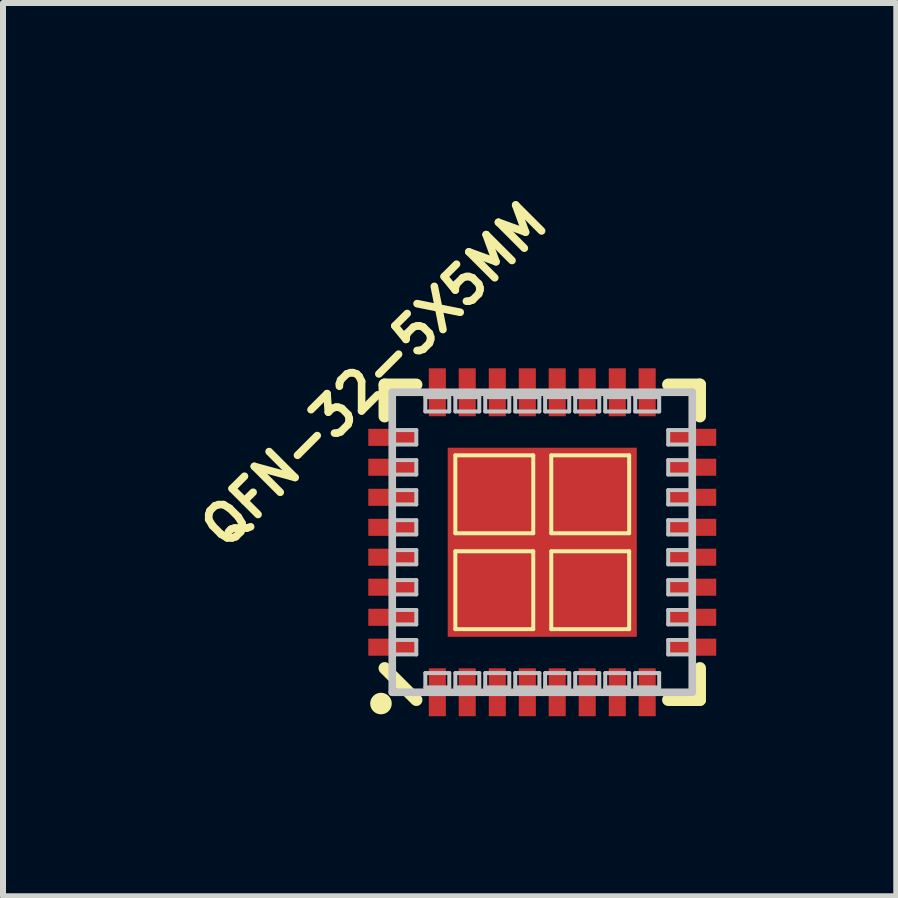
<source format=kicad_pcb>
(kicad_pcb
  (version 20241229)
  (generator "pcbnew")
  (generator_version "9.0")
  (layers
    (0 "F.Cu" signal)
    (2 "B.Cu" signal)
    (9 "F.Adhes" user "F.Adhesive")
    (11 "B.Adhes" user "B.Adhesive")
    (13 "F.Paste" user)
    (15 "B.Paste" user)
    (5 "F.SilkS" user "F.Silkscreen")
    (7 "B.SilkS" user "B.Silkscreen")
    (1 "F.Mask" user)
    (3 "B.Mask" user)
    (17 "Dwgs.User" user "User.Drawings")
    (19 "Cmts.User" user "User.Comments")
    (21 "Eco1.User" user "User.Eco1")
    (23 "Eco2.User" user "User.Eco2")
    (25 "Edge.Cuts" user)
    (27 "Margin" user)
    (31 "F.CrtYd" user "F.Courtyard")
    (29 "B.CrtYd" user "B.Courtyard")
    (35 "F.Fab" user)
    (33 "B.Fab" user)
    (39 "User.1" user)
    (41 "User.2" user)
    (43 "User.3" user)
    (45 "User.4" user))
  (footprint "QFN-32-5X5MM"
    (layer "F.Cu")
    (at 5.984 5.984)
    (property "Reference" "QFN-32-5X5MM" (at -2.794 -2.794 45) (layer "F.SilkS") (effects (font (size 0.61 0.61) (thickness 0.127))))
    (attr smd)
    (fp_line (start -2.626 -2.626) (end -2.098 -2.626) (stroke (width 0.203) (type solid)) (layer "F.SilkS"))
    (fp_line (start -2.626 -2.098) (end -2.626 -2.626) (stroke (width 0.203) (type solid)) (layer "F.SilkS"))
    (fp_line (start -2.626 2.098) (end -2.098 2.626) (stroke (width 0.203) (type solid)) (layer "F.SilkS"))
    (fp_line (start -1.448 -1.448) (end -0.15 -1.448) (stroke (width 0.066) (type solid)) (layer "F.SilkS"))
    (fp_line (start -1.448 -0.15) (end -1.448 -1.448) (stroke (width 0.066) (type solid)) (layer "F.SilkS"))
    (fp_line (start -1.448 -0.15) (end -0.15 -0.15) (stroke (width 0.066) (type solid)) (layer "F.SilkS"))
    (fp_line (start -1.448 0.15) (end -0.15 0.15) (stroke (width 0.066) (type solid)) (layer "F.SilkS"))
    (fp_line (start -1.448 1.448) (end -1.448 0.15) (stroke (width 0.066) (type solid)) (layer "F.SilkS"))
    (fp_line (start -1.448 1.448) (end -0.15 1.448) (stroke (width 0.066) (type solid)) (layer "F.SilkS"))
    (fp_line (start -0.15 -0.15) (end -0.15 -1.448) (stroke (width 0.066) (type solid)) (layer "F.SilkS"))
    (fp_line (start -0.15 1.448) (end -0.15 0.15) (stroke (width 0.066) (type solid)) (layer "F.SilkS"))
    (fp_line (start 0.15 -1.448) (end 1.448 -1.448) (stroke (width 0.066) (type solid)) (layer "F.SilkS"))
    (fp_line (start 0.15 -0.15) (end 0.15 -1.448) (stroke (width 0.066) (type solid)) (layer "F.SilkS"))
    (fp_line (start 0.15 -0.15) (end 1.448 -0.15) (stroke (width 0.066) (type solid)) (layer "F.SilkS"))
    (fp_line (start 0.15 0.15) (end 1.448 0.15) (stroke (width 0.066) (type solid)) (layer "F.SilkS"))
    (fp_line (start 0.15 1.448) (end 0.15 0.15) (stroke (width 0.066) (type solid)) (layer "F.SilkS"))
    (fp_line (start 0.15 1.448) (end 1.448 1.448) (stroke (width 0.066) (type solid)) (layer "F.SilkS"))
    (fp_line (start 1.448 -0.15) (end 1.448 -1.448) (stroke (width 0.066) (type solid)) (layer "F.SilkS"))
    (fp_line (start 1.448 1.448) (end 1.448 0.15) (stroke (width 0.066) (type solid)) (layer "F.SilkS"))
    (fp_line (start 2.098 -2.626) (end 2.626 -2.626) (stroke (width 0.203) (type solid)) (layer "F.SilkS"))
    (fp_line (start 2.626 -2.626) (end 2.626 -2.098) (stroke (width 0.203) (type solid)) (layer "F.SilkS"))
    (fp_line (start 2.626 2.098) (end 2.626 2.626) (stroke (width 0.203) (type solid)) (layer "F.SilkS"))
    (fp_line (start 2.626 2.626) (end 2.098 2.626) (stroke (width 0.203) (type solid)) (layer "F.SilkS"))
    (fp_circle (center -2.687 2.687) (end -2.814 2.814) (stroke (width 0) (type solid)) (fill yes) (layer "F.SilkS"))
    (fp_line (start -2.499 -2.499) (end -2.499 2.499) (stroke (width 0.127) (type solid)) (layer "Dwgs.User"))
    (fp_line (start -2.499 -1.869) (end -2.098 -1.869) (stroke (width 0.066) (type solid)) (layer "Dwgs.User"))
    (fp_line (start -2.499 -1.628) (end -2.499 -1.869) (stroke (width 0.066) (type solid)) (layer "Dwgs.User"))
    (fp_line (start -2.499 -1.628) (end -2.098 -1.628) (stroke (width 0.066) (type solid)) (layer "Dwgs.User"))
    (fp_line (start -2.499 -1.369) (end -2.098 -1.369) (stroke (width 0.066) (type solid)) (layer "Dwgs.User"))
    (fp_line (start -2.499 -1.128) (end -2.499 -1.369) (stroke (width 0.066) (type solid)) (layer "Dwgs.User"))
    (fp_line (start -2.499 -1.128) (end -2.098 -1.128) (stroke (width 0.066) (type solid)) (layer "Dwgs.User"))
    (fp_line (start -2.499 -0.869) (end -2.098 -0.869) (stroke (width 0.066) (type solid)) (layer "Dwgs.User"))
    (fp_line (start -2.499 -0.63) (end -2.499 -0.869) (stroke (width 0.066) (type solid)) (layer "Dwgs.User"))
    (fp_line (start -2.499 -0.63) (end -2.098 -0.63) (stroke (width 0.066) (type solid)) (layer "Dwgs.User"))
    (fp_line (start -2.499 -0.368) (end -2.098 -0.368) (stroke (width 0.066) (type solid)) (layer "Dwgs.User"))
    (fp_line (start -2.499 -0.13) (end -2.499 -0.368) (stroke (width 0.066) (type solid)) (layer "Dwgs.User"))
    (fp_line (start -2.499 -0.13) (end -2.098 -0.13) (stroke (width 0.066) (type solid)) (layer "Dwgs.User"))
    (fp_line (start -2.499 0.13) (end -2.098 0.13) (stroke (width 0.066) (type solid)) (layer "Dwgs.User"))
    (fp_line (start -2.499 0.368) (end -2.499 0.13) (stroke (width 0.066) (type solid)) (layer "Dwgs.User"))
    (fp_line (start -2.499 0.368) (end -2.098 0.368) (stroke (width 0.066) (type solid)) (layer "Dwgs.User"))
    (fp_line (start -2.499 0.63) (end -2.098 0.63) (stroke (width 0.066) (type solid)) (layer "Dwgs.User"))
    (fp_line (start -2.499 0.869) (end -2.499 0.63) (stroke (width 0.066) (type solid)) (layer "Dwgs.User"))
    (fp_line (start -2.499 0.869) (end -2.098 0.869) (stroke (width 0.066) (type solid)) (layer "Dwgs.User"))
    (fp_line (start -2.499 1.128) (end -2.098 1.128) (stroke (width 0.066) (type solid)) (layer "Dwgs.User"))
    (fp_line (start -2.499 1.369) (end -2.499 1.128) (stroke (width 0.066) (type solid)) (layer "Dwgs.User"))
    (fp_line (start -2.499 1.369) (end -2.098 1.369) (stroke (width 0.066) (type solid)) (layer "Dwgs.User"))
    (fp_line (start -2.499 1.628) (end -2.098 1.628) (stroke (width 0.066) (type solid)) (layer "Dwgs.User"))
    (fp_line (start -2.499 1.869) (end -2.499 1.628) (stroke (width 0.066) (type solid)) (layer "Dwgs.User"))
    (fp_line (start -2.499 1.869) (end -2.098 1.869) (stroke (width 0.066) (type solid)) (layer "Dwgs.User"))
    (fp_line (start -2.499 2.499) (end 2.499 2.499) (stroke (width 0.127) (type solid)) (layer "Dwgs.User"))
    (fp_line (start -2.098 -1.628) (end -2.098 -1.869) (stroke (width 0.066) (type solid)) (layer "Dwgs.User"))
    (fp_line (start -2.098 -1.128) (end -2.098 -1.369) (stroke (width 0.066) (type solid)) (layer "Dwgs.User"))
    (fp_line (start -2.098 -0.63) (end -2.098 -0.869) (stroke (width 0.066) (type solid)) (layer "Dwgs.User"))
    (fp_line (start -2.098 -0.13) (end -2.098 -0.368) (stroke (width 0.066) (type solid)) (layer "Dwgs.User"))
    (fp_line (start -2.098 0.368) (end -2.098 0.13) (stroke (width 0.066) (type solid)) (layer "Dwgs.User"))
    (fp_line (start -2.098 0.869) (end -2.098 0.63) (stroke (width 0.066) (type solid)) (layer "Dwgs.User"))
    (fp_line (start -2.098 1.369) (end -2.098 1.128) (stroke (width 0.066) (type solid)) (layer "Dwgs.User"))
    (fp_line (start -2.098 1.869) (end -2.098 1.628) (stroke (width 0.066) (type solid)) (layer "Dwgs.User"))
    (fp_line (start -1.948 -2.418) (end -1.549 -2.418) (stroke (width 0.066) (type solid)) (layer "Dwgs.User"))
    (fp_line (start -1.948 -2.179) (end -1.948 -2.418) (stroke (width 0.066) (type solid)) (layer "Dwgs.User"))
    (fp_line (start -1.948 -2.179) (end -1.549 -2.179) (stroke (width 0.066) (type solid)) (layer "Dwgs.User"))
    (fp_line (start -1.948 2.179) (end -1.549 2.179) (stroke (width 0.066) (type solid)) (layer "Dwgs.User"))
    (fp_line (start -1.948 2.418) (end -1.948 2.179) (stroke (width 0.066) (type solid)) (layer "Dwgs.User"))
    (fp_line (start -1.948 2.418) (end -1.549 2.418) (stroke (width 0.066) (type solid)) (layer "Dwgs.User"))
    (fp_line (start -1.549 -2.179) (end -1.549 -2.418) (stroke (width 0.066) (type solid)) (layer "Dwgs.User"))
    (fp_line (start -1.549 2.418) (end -1.549 2.179) (stroke (width 0.066) (type solid)) (layer "Dwgs.User"))
    (fp_line (start -1.448 -2.418) (end -1.049 -2.418) (stroke (width 0.066) (type solid)) (layer "Dwgs.User"))
    (fp_line (start -1.448 -2.179) (end -1.448 -2.418) (stroke (width 0.066) (type solid)) (layer "Dwgs.User"))
    (fp_line (start -1.448 -2.179) (end -1.049 -2.179) (stroke (width 0.066) (type solid)) (layer "Dwgs.User"))
    (fp_line (start -1.448 2.179) (end -1.049 2.179) (stroke (width 0.066) (type solid)) (layer "Dwgs.User"))
    (fp_line (start -1.448 2.418) (end -1.448 2.179) (stroke (width 0.066) (type solid)) (layer "Dwgs.User"))
    (fp_line (start -1.448 2.418) (end -1.049 2.418) (stroke (width 0.066) (type solid)) (layer "Dwgs.User"))
    (fp_line (start -1.049 -2.179) (end -1.049 -2.418) (stroke (width 0.066) (type solid)) (layer "Dwgs.User"))
    (fp_line (start -1.049 2.418) (end -1.049 2.179) (stroke (width 0.066) (type solid)) (layer "Dwgs.User"))
    (fp_line (start -0.95 -2.418) (end -0.549 -2.418) (stroke (width 0.066) (type solid)) (layer "Dwgs.User"))
    (fp_line (start -0.95 -2.179) (end -0.95 -2.418) (stroke (width 0.066) (type solid)) (layer "Dwgs.User"))
    (fp_line (start -0.95 -2.179) (end -0.549 -2.179) (stroke (width 0.066) (type solid)) (layer "Dwgs.User"))
    (fp_line (start -0.95 2.179) (end -0.549 2.179) (stroke (width 0.066) (type solid)) (layer "Dwgs.User"))
    (fp_line (start -0.95 2.418) (end -0.95 2.179) (stroke (width 0.066) (type solid)) (layer "Dwgs.User"))
    (fp_line (start -0.95 2.418) (end -0.549 2.418) (stroke (width 0.066) (type solid)) (layer "Dwgs.User"))
    (fp_line (start -0.549 -2.179) (end -0.549 -2.418) (stroke (width 0.066) (type solid)) (layer "Dwgs.User"))
    (fp_line (start -0.549 2.418) (end -0.549 2.179) (stroke (width 0.066) (type solid)) (layer "Dwgs.User"))
    (fp_line (start -0.45 -2.418) (end -0.048 -2.418) (stroke (width 0.066) (type solid)) (layer "Dwgs.User"))
    (fp_line (start -0.45 -2.179) (end -0.45 -2.418) (stroke (width 0.066) (type solid)) (layer "Dwgs.User"))
    (fp_line (start -0.45 -2.179) (end -0.048 -2.179) (stroke (width 0.066) (type solid)) (layer "Dwgs.User"))
    (fp_line (start -0.45 2.179) (end -0.048 2.179) (stroke (width 0.066) (type solid)) (layer "Dwgs.User"))
    (fp_line (start -0.45 2.418) (end -0.45 2.179) (stroke (width 0.066) (type solid)) (layer "Dwgs.User"))
    (fp_line (start -0.45 2.418) (end -0.048 2.418) (stroke (width 0.066) (type solid)) (layer "Dwgs.User"))
    (fp_line (start -0.048 -2.179) (end -0.048 -2.418) (stroke (width 0.066) (type solid)) (layer "Dwgs.User"))
    (fp_line (start -0.048 2.418) (end -0.048 2.179) (stroke (width 0.066) (type solid)) (layer "Dwgs.User"))
    (fp_line (start 0.048 -2.418) (end 0.45 -2.418) (stroke (width 0.066) (type solid)) (layer "Dwgs.User"))
    (fp_line (start 0.048 -2.179) (end 0.048 -2.418) (stroke (width 0.066) (type solid)) (layer "Dwgs.User"))
    (fp_line (start 0.048 -2.179) (end 0.45 -2.179) (stroke (width 0.066) (type solid)) (layer "Dwgs.User"))
    (fp_line (start 0.048 2.179) (end 0.45 2.179) (stroke (width 0.066) (type solid)) (layer "Dwgs.User"))
    (fp_line (start 0.048 2.418) (end 0.048 2.179) (stroke (width 0.066) (type solid)) (layer "Dwgs.User"))
    (fp_line (start 0.048 2.418) (end 0.45 2.418) (stroke (width 0.066) (type solid)) (layer "Dwgs.User"))
    (fp_line (start 0.45 -2.179) (end 0.45 -2.418) (stroke (width 0.066) (type solid)) (layer "Dwgs.User"))
    (fp_line (start 0.45 2.418) (end 0.45 2.179) (stroke (width 0.066) (type solid)) (layer "Dwgs.User"))
    (fp_line (start 0.549 -2.418) (end 0.95 -2.418) (stroke (width 0.066) (type solid)) (layer "Dwgs.User"))
    (fp_line (start 0.549 -2.179) (end 0.549 -2.418) (stroke (width 0.066) (type solid)) (layer "Dwgs.User"))
    (fp_line (start 0.549 -2.179) (end 0.95 -2.179) (stroke (width 0.066) (type solid)) (layer "Dwgs.User"))
    (fp_line (start 0.549 2.179) (end 0.95 2.179) (stroke (width 0.066) (type solid)) (layer "Dwgs.User"))
    (fp_line (start 0.549 2.418) (end 0.549 2.179) (stroke (width 0.066) (type solid)) (layer "Dwgs.User"))
    (fp_line (start 0.549 2.418) (end 0.95 2.418) (stroke (width 0.066) (type solid)) (layer "Dwgs.User"))
    (fp_line (start 0.95 -2.179) (end 0.95 -2.418) (stroke (width 0.066) (type solid)) (layer "Dwgs.User"))
    (fp_line (start 0.95 2.418) (end 0.95 2.179) (stroke (width 0.066) (type solid)) (layer "Dwgs.User"))
    (fp_line (start 1.049 -2.418) (end 1.448 -2.418) (stroke (width 0.066) (type solid)) (layer "Dwgs.User"))
    (fp_line (start 1.049 -2.179) (end 1.049 -2.418) (stroke (width 0.066) (type solid)) (layer "Dwgs.User"))
    (fp_line (start 1.049 -2.179) (end 1.448 -2.179) (stroke (width 0.066) (type solid)) (layer "Dwgs.User"))
    (fp_line (start 1.049 2.179) (end 1.448 2.179) (stroke (width 0.066) (type solid)) (layer "Dwgs.User"))
    (fp_line (start 1.049 2.418) (end 1.049 2.179) (stroke (width 0.066) (type solid)) (layer "Dwgs.User"))
    (fp_line (start 1.049 2.418) (end 1.448 2.418) (stroke (width 0.066) (type solid)) (layer "Dwgs.User"))
    (fp_line (start 1.448 -2.179) (end 1.448 -2.418) (stroke (width 0.066) (type solid)) (layer "Dwgs.User"))
    (fp_line (start 1.448 2.418) (end 1.448 2.179) (stroke (width 0.066) (type solid)) (layer "Dwgs.User"))
    (fp_line (start 1.549 -2.418) (end 1.948 -2.418) (stroke (width 0.066) (type solid)) (layer "Dwgs.User"))
    (fp_line (start 1.549 -2.179) (end 1.549 -2.418) (stroke (width 0.066) (type solid)) (layer "Dwgs.User"))
    (fp_line (start 1.549 -2.179) (end 1.948 -2.179) (stroke (width 0.066) (type solid)) (layer "Dwgs.User"))
    (fp_line (start 1.549 2.179) (end 1.948 2.179) (stroke (width 0.066) (type solid)) (layer "Dwgs.User"))
    (fp_line (start 1.549 2.418) (end 1.549 2.179) (stroke (width 0.066) (type solid)) (layer "Dwgs.User"))
    (fp_line (start 1.549 2.418) (end 1.948 2.418) (stroke (width 0.066) (type solid)) (layer "Dwgs.User"))
    (fp_line (start 1.948 -2.179) (end 1.948 -2.418) (stroke (width 0.066) (type solid)) (layer "Dwgs.User"))
    (fp_line (start 1.948 2.418) (end 1.948 2.179) (stroke (width 0.066) (type solid)) (layer "Dwgs.User"))
    (fp_line (start 2.098 -1.869) (end 2.499 -1.869) (stroke (width 0.066) (type solid)) (layer "Dwgs.User"))
    (fp_line (start 2.098 -1.628) (end 2.098 -1.869) (stroke (width 0.066) (type solid)) (layer "Dwgs.User"))
    (fp_line (start 2.098 -1.628) (end 2.499 -1.628) (stroke (width 0.066) (type solid)) (layer "Dwgs.User"))
    (fp_line (start 2.098 -1.369) (end 2.499 -1.369) (stroke (width 0.066) (type solid)) (layer "Dwgs.User"))
    (fp_line (start 2.098 -1.128) (end 2.098 -1.369) (stroke (width 0.066) (type solid)) (layer "Dwgs.User"))
    (fp_line (start 2.098 -1.128) (end 2.499 -1.128) (stroke (width 0.066) (type solid)) (layer "Dwgs.User"))
    (fp_line (start 2.098 -0.869) (end 2.499 -0.869) (stroke (width 0.066) (type solid)) (layer "Dwgs.User"))
    (fp_line (start 2.098 -0.63) (end 2.098 -0.869) (stroke (width 0.066) (type solid)) (layer "Dwgs.User"))
    (fp_line (start 2.098 -0.63) (end 2.499 -0.63) (stroke (width 0.066) (type solid)) (layer "Dwgs.User"))
    (fp_line (start 2.098 -0.368) (end 2.499 -0.368) (stroke (width 0.066) (type solid)) (layer "Dwgs.User"))
    (fp_line (start 2.098 -0.13) (end 2.098 -0.368) (stroke (width 0.066) (type solid)) (layer "Dwgs.User"))
    (fp_line (start 2.098 -0.13) (end 2.499 -0.13) (stroke (width 0.066) (type solid)) (layer "Dwgs.User"))
    (fp_line (start 2.098 0.13) (end 2.499 0.13) (stroke (width 0.066) (type solid)) (layer "Dwgs.User"))
    (fp_line (start 2.098 0.368) (end 2.098 0.13) (stroke (width 0.066) (type solid)) (layer "Dwgs.User"))
    (fp_line (start 2.098 0.368) (end 2.499 0.368) (stroke (width 0.066) (type solid)) (layer "Dwgs.User"))
    (fp_line (start 2.098 0.63) (end 2.499 0.63) (stroke (width 0.066) (type solid)) (layer "Dwgs.User"))
    (fp_line (start 2.098 0.869) (end 2.098 0.63) (stroke (width 0.066) (type solid)) (layer "Dwgs.User"))
    (fp_line (start 2.098 0.869) (end 2.499 0.869) (stroke (width 0.066) (type solid)) (layer "Dwgs.User"))
    (fp_line (start 2.098 1.128) (end 2.499 1.128) (stroke (width 0.066) (type solid)) (layer "Dwgs.User"))
    (fp_line (start 2.098 1.369) (end 2.098 1.128) (stroke (width 0.066) (type solid)) (layer "Dwgs.User"))
    (fp_line (start 2.098 1.369) (end 2.499 1.369) (stroke (width 0.066) (type solid)) (layer "Dwgs.User"))
    (fp_line (start 2.098 1.628) (end 2.499 1.628) (stroke (width 0.066) (type solid)) (layer "Dwgs.User"))
    (fp_line (start 2.098 1.869) (end 2.098 1.628) (stroke (width 0.066) (type solid)) (layer "Dwgs.User"))
    (fp_line (start 2.098 1.869) (end 2.499 1.869) (stroke (width 0.066) (type solid)) (layer "Dwgs.User"))
    (fp_line (start 2.499 -2.499) (end -2.499 -2.499) (stroke (width 0.127) (type solid)) (layer "Dwgs.User"))
    (fp_line (start 2.499 -1.628) (end 2.499 -1.869) (stroke (width 0.066) (type solid)) (layer "Dwgs.User"))
    (fp_line (start 2.499 -1.128) (end 2.499 -1.369) (stroke (width 0.066) (type solid)) (layer "Dwgs.User"))
    (fp_line (start 2.499 -0.63) (end 2.499 -0.869) (stroke (width 0.066) (type solid)) (layer "Dwgs.User"))
    (fp_line (start 2.499 -0.13) (end 2.499 -0.368) (stroke (width 0.066) (type solid)) (layer "Dwgs.User"))
    (fp_line (start 2.499 0.368) (end 2.499 0.13) (stroke (width 0.066) (type solid)) (layer "Dwgs.User"))
    (fp_line (start 2.499 0.869) (end 2.499 0.63) (stroke (width 0.066) (type solid)) (layer "Dwgs.User"))
    (fp_line (start 2.499 1.369) (end 2.499 1.128) (stroke (width 0.066) (type solid)) (layer "Dwgs.User"))
    (fp_line (start 2.499 1.869) (end 2.499 1.628) (stroke (width 0.066) (type solid)) (layer "Dwgs.User"))
    (fp_line (start 2.499 2.499) (end 2.499 -2.499) (stroke (width 0.127) (type solid)) (layer "Dwgs.User"))
    (pad "1" smd rect (at -1.748 2.499 90) (size 0.798 0.284) (layers "F.Cu" "F.Mask" "F.Paste"))
    (pad "2" smd rect (at -1.25 2.499 90) (size 0.798 0.284) (layers "F.Cu" "F.Mask" "F.Paste"))
    (pad "3" smd rect (at -0.749 2.499 90) (size 0.798 0.284) (layers "F.Cu" "F.Mask" "F.Paste"))
    (pad "4" smd rect (at -0.249 2.499 90) (size 0.798 0.284) (layers "F.Cu" "F.Mask" "F.Paste"))
    (pad "5" smd rect (at 0.249 2.499 90) (size 0.798 0.284) (layers "F.Cu" "F.Mask" "F.Paste"))
    (pad "6" smd rect (at 0.749 2.499 90) (size 0.798 0.284) (layers "F.Cu" "F.Mask" "F.Paste"))
    (pad "7" smd rect (at 1.25 2.499 90) (size 0.798 0.284) (layers "F.Cu" "F.Mask" "F.Paste"))
    (pad "8" smd rect (at 1.748 2.499 90) (size 0.798 0.284) (layers "F.Cu" "F.Mask" "F.Paste"))
    (pad "9" smd rect (at 2.499 1.748 180) (size 0.798 0.284) (layers "F.Cu" "F.Mask" "F.Paste"))
    (pad "10" smd rect (at 2.499 1.25 180) (size 0.798 0.284) (layers "F.Cu" "F.Mask" "F.Paste"))
    (pad "11" smd rect (at 2.499 0.749 180) (size 0.798 0.284) (layers "F.Cu" "F.Mask" "F.Paste"))
    (pad "12" smd rect (at 2.499 0.249 180) (size 0.798 0.284) (layers "F.Cu" "F.Mask" "F.Paste"))
    (pad "13" smd rect (at 2.499 -0.249 180) (size 0.798 0.284) (layers "F.Cu" "F.Mask" "F.Paste"))
    (pad "14" smd rect (at 2.499 -0.749 180) (size 0.798 0.284) (layers "F.Cu" "F.Mask" "F.Paste"))
    (pad "15" smd rect (at 2.499 -1.25 180) (size 0.798 0.284) (layers "F.Cu" "F.Mask" "F.Paste"))
    (pad "16" smd rect (at 2.499 -1.748 180) (size 0.798 0.284) (layers "F.Cu" "F.Mask" "F.Paste"))
    (pad "17" smd rect (at 1.748 -2.499 270) (size 0.798 0.284) (layers "F.Cu" "F.Mask" "F.Paste"))
    (pad "18" smd rect (at 1.25 -2.499 270) (size 0.798 0.284) (layers "F.Cu" "F.Mask" "F.Paste"))
    (pad "19" smd rect (at 0.749 -2.499 270) (size 0.798 0.284) (layers "F.Cu" "F.Mask" "F.Paste"))
    (pad "20" smd rect (at 0.249 -2.499 270) (size 0.798 0.284) (layers "F.Cu" "F.Mask" "F.Paste"))
    (pad "21" smd rect (at -0.249 -2.499 270) (size 0.798 0.284) (layers "F.Cu" "F.Mask" "F.Paste"))
    (pad "22" smd rect (at -0.749 -2.499 270) (size 0.798 0.284) (layers "F.Cu" "F.Mask" "F.Paste"))
    (pad "23" smd rect (at -1.25 -2.499 270) (size 0.798 0.284) (layers "F.Cu" "F.Mask" "F.Paste"))
    (pad "24" smd rect (at -1.748 -2.499 270) (size 0.798 0.284) (layers "F.Cu" "F.Mask" "F.Paste"))
    (pad "25" smd rect (at -2.499 -1.748) (size 0.798 0.284) (layers "F.Cu" "F.Mask" "F.Paste"))
    (pad "26" smd rect (at -2.499 -1.25) (size 0.798 0.284) (layers "F.Cu" "F.Mask" "F.Paste"))
    (pad "27" smd rect (at -2.499 -0.749) (size 0.798 0.284) (layers "F.Cu" "F.Mask" "F.Paste"))
    (pad "28" smd rect (at -2.499 -0.249) (size 0.798 0.284) (layers "F.Cu" "F.Mask" "F.Paste"))
    (pad "29" smd rect (at -2.499 0.249) (size 0.798 0.284) (layers "F.Cu" "F.Mask" "F.Paste"))
    (pad "30" smd rect (at -2.499 0.749) (size 0.798 0.284) (layers "F.Cu" "F.Mask" "F.Paste"))
    (pad "31" smd rect (at -2.499 1.25) (size 0.798 0.284) (layers "F.Cu" "F.Mask" "F.Paste"))
    (pad "32" smd rect (at -2.499 1.748) (size 0.798 0.284) (layers "F.Cu" "F.Mask" "F.Paste"))
    (pad "EP" smd rect (at 0 0) (size 3.15 3.15) (layers "F.Cu" "F.Mask" "F.Paste")))
  (gr_rect
    (start -3 -3)
    (end 11.882 11.882)
    (stroke (width 0.1) (type default))
    (fill no)
    (layer "Edge.Cuts")))
</source>
